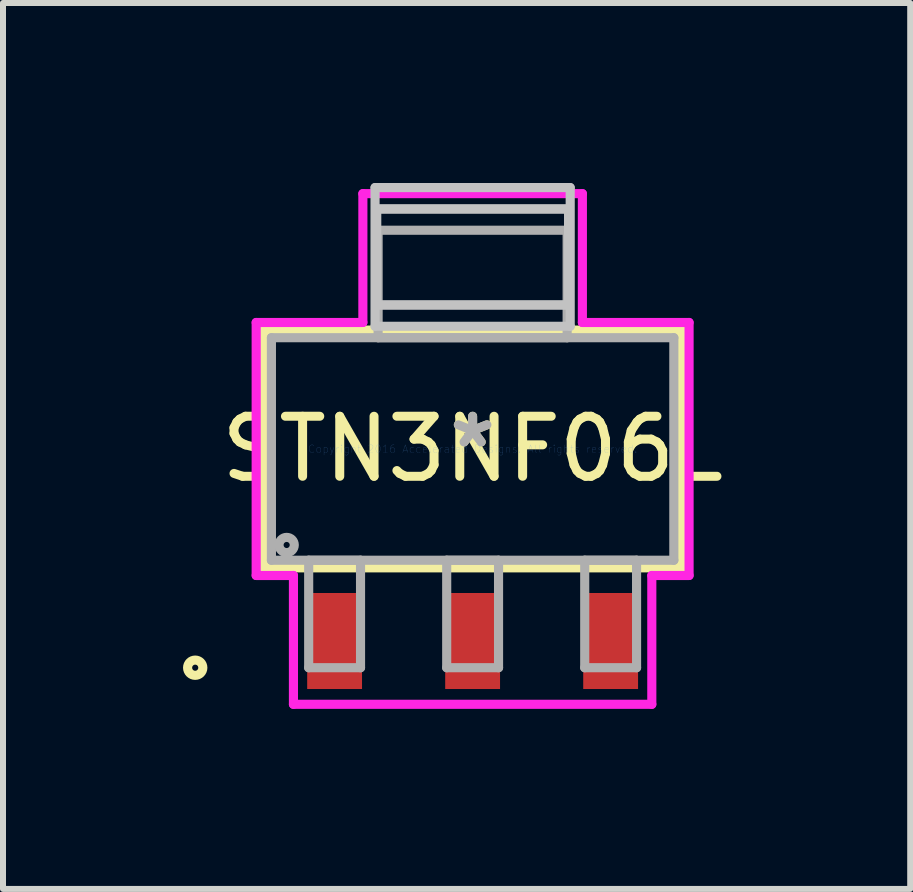
<source format=kicad_pcb>
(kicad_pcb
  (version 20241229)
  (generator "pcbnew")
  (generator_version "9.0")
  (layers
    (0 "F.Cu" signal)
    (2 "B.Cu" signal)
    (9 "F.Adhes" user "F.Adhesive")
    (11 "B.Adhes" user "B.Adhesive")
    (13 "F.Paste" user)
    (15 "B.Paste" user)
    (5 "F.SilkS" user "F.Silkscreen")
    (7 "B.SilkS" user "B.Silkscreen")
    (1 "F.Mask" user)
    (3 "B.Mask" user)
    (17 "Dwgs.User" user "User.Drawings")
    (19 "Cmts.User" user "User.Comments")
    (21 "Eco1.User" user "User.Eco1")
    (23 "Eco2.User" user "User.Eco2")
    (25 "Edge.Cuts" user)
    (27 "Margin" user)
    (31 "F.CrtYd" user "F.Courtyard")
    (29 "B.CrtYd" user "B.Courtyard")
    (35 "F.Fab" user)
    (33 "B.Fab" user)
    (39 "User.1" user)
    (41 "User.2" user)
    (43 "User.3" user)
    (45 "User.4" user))
  (footprint "STN3NF06L"
    (layer "F.Cu")
    (at 4.826 4.432)
    (property "Reference" "STN3NF06L" (at 0 0 0) (layer "F.SilkS") (effects (font (size 1 1) (thickness 0.15))))
    (attr through_hole)
    (fp_line (start -3.48 -1.981) (end -3.48 1.981) (stroke (width 0.152) (type solid)) (layer "F.SilkS"))
    (fp_line (start -3.48 1.981) (end 3.48 1.981) (stroke (width 0.152) (type solid)) (layer "F.SilkS"))
    (fp_line (start 3.48 -1.981) (end -3.48 -1.981) (stroke (width 0.152) (type solid)) (layer "F.SilkS"))
    (fp_line (start 3.48 1.981) (end 3.48 -1.981) (stroke (width 0.152) (type solid)) (layer "F.SilkS"))
    (fp_circle (center -4.623 3.645) (end -4.496 3.645) (stroke (width 0.152) (type solid)) (fill no) (layer "F.SilkS"))
    (fp_line (start -1.626 -4.356) (end -1.626 -2.045) (stroke (width 0.152) (type solid)) (layer "Dwgs.User"))
    (fp_line (start -1.626 -2.045) (end 1.626 -2.045) (stroke (width 0.152) (type solid)) (layer "Dwgs.User"))
    (fp_line (start -1.6 -4) (end -1.6 -2.4) (stroke (width 0.152) (type solid)) (layer "Dwgs.User"))
    (fp_line (start -1.6 -4) (end -1.6 -2.4) (stroke (width 0.152) (type solid)) (layer "Dwgs.User"))
    (fp_line (start -1.6 -2.4) (end 1.6 -2.4) (stroke (width 0.152) (type solid)) (layer "Dwgs.User"))
    (fp_line (start -1.6 -2.4) (end 1.6 -2.4) (stroke (width 0.152) (type solid)) (layer "Dwgs.User"))
    (fp_line (start 1.6 -4) (end -1.6 -4) (stroke (width 0.152) (type solid)) (layer "Dwgs.User"))
    (fp_line (start 1.6 -4) (end -1.6 -4) (stroke (width 0.152) (type solid)) (layer "Dwgs.User"))
    (fp_line (start 1.6 -2.4) (end 1.6 -4) (stroke (width 0.152) (type solid)) (layer "Dwgs.User"))
    (fp_line (start 1.6 -2.4) (end 1.6 -4) (stroke (width 0.152) (type solid)) (layer "Dwgs.User"))
    (fp_line (start 1.626 -4.356) (end -1.626 -4.356) (stroke (width 0.152) (type solid)) (layer "Dwgs.User"))
    (fp_line (start 1.626 -2.045) (end 1.626 -4.356) (stroke (width 0.152) (type solid)) (layer "Dwgs.User"))
    (fp_line (start -3.607 -2.108) (end -1.829 -2.108) (stroke (width 0.152) (type solid)) (layer "F.CrtYd"))
    (fp_line (start -3.607 2.108) (end -3.607 -2.108) (stroke (width 0.152) (type solid)) (layer "F.CrtYd"))
    (fp_line (start -2.986 2.108) (end -3.607 2.108) (stroke (width 0.152) (type solid)) (layer "F.CrtYd"))
    (fp_line (start -2.986 4.255) (end -2.986 2.108) (stroke (width 0.152) (type solid)) (layer "F.CrtYd"))
    (fp_line (start -1.829 -4.255) (end 1.829 -4.255) (stroke (width 0.152) (type solid)) (layer "F.CrtYd"))
    (fp_line (start -1.829 -2.108) (end -1.829 -4.255) (stroke (width 0.152) (type solid)) (layer "F.CrtYd"))
    (fp_line (start 1.829 -4.255) (end 1.829 -2.108) (stroke (width 0.152) (type solid)) (layer "F.CrtYd"))
    (fp_line (start 1.829 -2.108) (end 3.607 -2.108) (stroke (width 0.152) (type solid)) (layer "F.CrtYd"))
    (fp_line (start 2.986 2.108) (end 2.986 4.255) (stroke (width 0.152) (type solid)) (layer "F.CrtYd"))
    (fp_line (start 2.986 4.255) (end -2.986 4.255) (stroke (width 0.152) (type solid)) (layer "F.CrtYd"))
    (fp_line (start 3.607 -2.108) (end 3.607 2.108) (stroke (width 0.152) (type solid)) (layer "F.CrtYd"))
    (fp_line (start 3.607 2.108) (end 2.986 2.108) (stroke (width 0.152) (type solid)) (layer "F.CrtYd"))
    (fp_line (start -3.353 -1.854) (end -3.353 1.854) (stroke (width 0.152) (type solid)) (layer "F.Fab"))
    (fp_line (start -3.353 1.854) (end 3.353 1.854) (stroke (width 0.152) (type solid)) (layer "F.Fab"))
    (fp_line (start -2.732 1.854) (end -2.732 3.645) (stroke (width 0.152) (type solid)) (layer "F.Fab"))
    (fp_line (start -2.732 3.645) (end -1.868 3.645) (stroke (width 0.152) (type solid)) (layer "F.Fab"))
    (fp_line (start -1.868 1.854) (end -2.732 1.854) (stroke (width 0.152) (type solid)) (layer "F.Fab"))
    (fp_line (start -1.868 3.645) (end -1.868 1.854) (stroke (width 0.152) (type solid)) (layer "F.Fab"))
    (fp_line (start -1.575 -3.645) (end -1.575 -1.854) (stroke (width 0.152) (type solid)) (layer "F.Fab"))
    (fp_line (start -1.575 -1.854) (end 1.575 -1.854) (stroke (width 0.152) (type solid)) (layer "F.Fab"))
    (fp_line (start -0.432 1.854) (end -0.432 3.645) (stroke (width 0.152) (type solid)) (layer "F.Fab"))
    (fp_line (start -0.432 3.645) (end 0.432 3.645) (stroke (width 0.152) (type solid)) (layer "F.Fab"))
    (fp_line (start 0.432 1.854) (end -0.432 1.854) (stroke (width 0.152) (type solid)) (layer "F.Fab"))
    (fp_line (start 0.432 3.645) (end 0.432 1.854) (stroke (width 0.152) (type solid)) (layer "F.Fab"))
    (fp_line (start 1.575 -3.645) (end -1.575 -3.645) (stroke (width 0.152) (type solid)) (layer "F.Fab"))
    (fp_line (start 1.575 -1.854) (end 1.575 -3.645) (stroke (width 0.152) (type solid)) (layer "F.Fab"))
    (fp_line (start 1.868 1.854) (end 1.868 3.645) (stroke (width 0.152) (type solid)) (layer "F.Fab"))
    (fp_line (start 1.868 3.645) (end 2.732 3.645) (stroke (width 0.152) (type solid)) (layer "F.Fab"))
    (fp_line (start 2.732 1.854) (end 1.868 1.854) (stroke (width 0.152) (type solid)) (layer "F.Fab"))
    (fp_line (start 2.732 3.645) (end 2.732 1.854) (stroke (width 0.152) (type solid)) (layer "F.Fab"))
    (fp_line (start 3.353 -1.854) (end -3.353 -1.854) (stroke (width 0.152) (type solid)) (layer "F.Fab"))
    (fp_line (start 3.353 1.854) (end 3.353 -1.854) (stroke (width 0.152) (type solid)) (layer "F.Fab"))
    (fp_circle (center -3.099 1.6) (end -2.972 1.6) (stroke (width 0.152) (type solid)) (fill no) (layer "F.Fab"))
    (fp_text user "*" (at 0 0 0) (layer "F.SilkS") (effects (font (size 1 1) (thickness 0.15))))
    (fp_text user "Copyright 2016 Accelerated Designs. All rights reserved." (at 0 0 0) (layer "Cmts.User") (effects (font (size 0.127 0.127) (thickness 0.002))))
    (fp_text user "*" (at 0 0 0) (layer "F.Fab") (effects (font (size 1 1) (thickness 0.15))))
    (pad "1" smd rect (at -2.3 3.2) (size 0.914 1.6) (layers "F.Cu" "F.Mask" "F.Paste"))
    (pad "2" smd rect (at 0 3.2) (size 0.914 1.6) (layers "F.Cu" "F.Mask" "F.Paste"))
    (pad "3" smd rect (at 2.3 3.2) (size 0.914 1.6) (layers "F.Cu" "F.Mask" "F.Paste")))
  (gr_rect
    (start -3 -3)
    (end 12.118 11.763)
    (stroke (width 0.1) (type default))
    (fill no)
    (layer "Edge.Cuts")))
</source>
